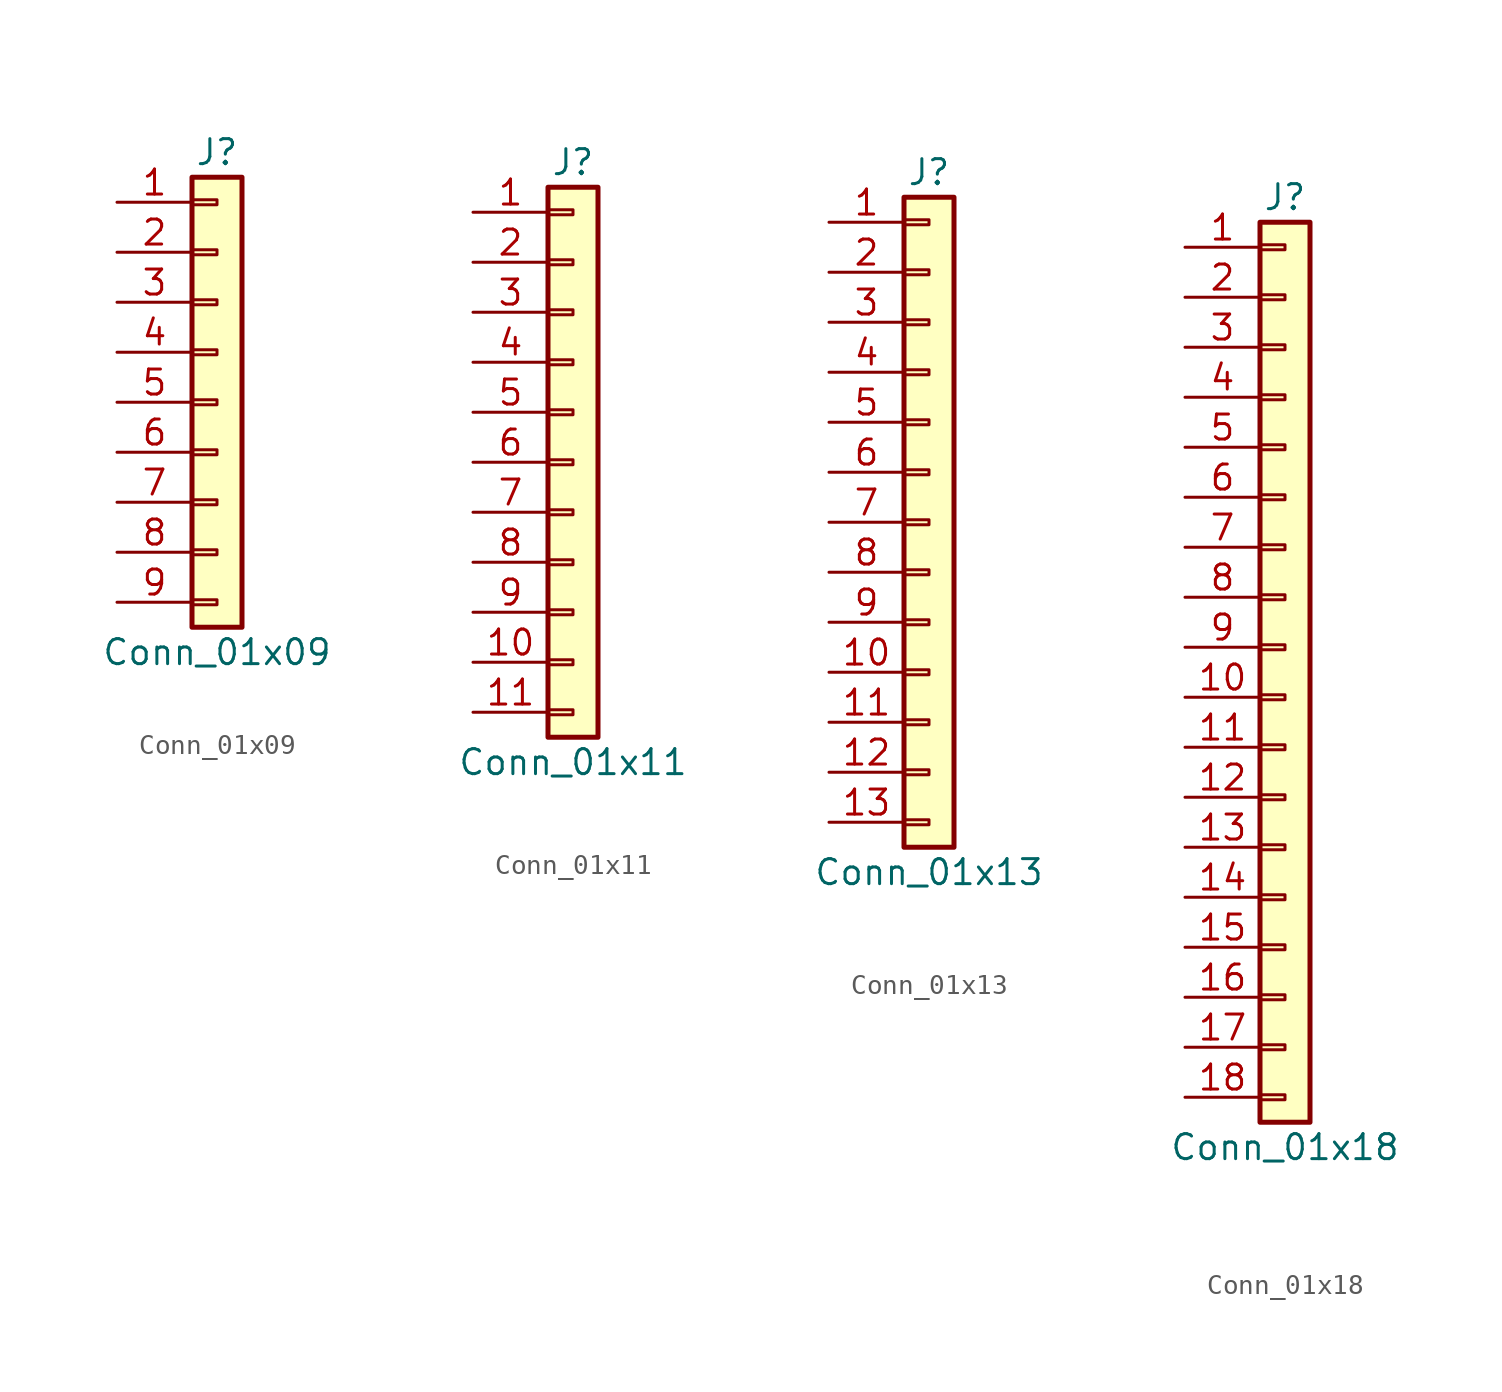
<source format=kicad_sym>
(kicad_symbol_lib
  (version 20220914)
  (generator kicad_symbol_editor)
  (symbol "Conn_01x09"
    (pin_names
      (offset 1.016) hide)
    (property "Reference" "J"
      (at 0 12.7 0)
      (effects (font (size 1.27 1.27))))
    (property "Value" "Conn_01x09"
      (at 0 -12.7 0)
      (effects (font (size 1.27 1.27))))
    (symbol "Conn_01x09_1_1"
      (rectangle (start -1.27 -10.033) (end 0 -10.287) (stroke (width 0.152) (type default)) (fill (type none)))
      (rectangle (start -1.27 -7.493) (end 0 -7.747) (stroke (width 0.152) (type default)) (fill (type none)))
      (rectangle (start -1.27 -4.953) (end 0 -5.207) (stroke (width 0.152) (type default)) (fill (type none)))
      (rectangle (start -1.27 -2.413) (end 0 -2.667) (stroke (width 0.152) (type default)) (fill (type none)))
      (rectangle (start -1.27 0.127) (end 0 -0.127) (stroke (width 0.152) (type default)) (fill (type none)))
      (rectangle (start -1.27 2.667) (end 0 2.413) (stroke (width 0.152) (type default)) (fill (type none)))
      (rectangle (start -1.27 5.207) (end 0 4.953) (stroke (width 0.152) (type default)) (fill (type none)))
      (rectangle (start -1.27 7.747) (end 0 7.493) (stroke (width 0.152) (type default)) (fill (type none)))
      (rectangle (start -1.27 10.287) (end 0 10.033) (stroke (width 0.152) (type default)) (fill (type none)))
      (rectangle (start -1.27 11.43) (end 1.27 -11.43) (stroke (width 0.254) (type default)) (fill (type background)))
      (pin passive line (at -5.08 10.16 0) (length 3.81) (name "Pin_1" (effects (font (size 1.27 1.27)))) (number "1" (effects (font (size 1.27 1.27)))))
      (pin passive line (at -5.08 7.62 0) (length 3.81) (name "Pin_2" (effects (font (size 1.27 1.27)))) (number "2" (effects (font (size 1.27 1.27)))))
      (pin passive line (at -5.08 5.08 0) (length 3.81) (name "Pin_3" (effects (font (size 1.27 1.27)))) (number "3" (effects (font (size 1.27 1.27)))))
      (pin passive line (at -5.08 2.54 0) (length 3.81) (name "Pin_4" (effects (font (size 1.27 1.27)))) (number "4" (effects (font (size 1.27 1.27)))))
      (pin passive line (at -5.08 0 0) (length 3.81) (name "Pin_5" (effects (font (size 1.27 1.27)))) (number "5" (effects (font (size 1.27 1.27)))))
      (pin passive line (at -5.08 -2.54 0) (length 3.81) (name "Pin_6" (effects (font (size 1.27 1.27)))) (number "6" (effects (font (size 1.27 1.27)))))
      (pin passive line (at -5.08 -5.08 0) (length 3.81) (name "Pin_7" (effects (font (size 1.27 1.27)))) (number "7" (effects (font (size 1.27 1.27)))))
      (pin passive line (at -5.08 -7.62 0) (length 3.81) (name "Pin_8" (effects (font (size 1.27 1.27)))) (number "8" (effects (font (size 1.27 1.27)))))
      (pin passive line (at -5.08 -10.16 0) (length 3.81) (name "Pin_9" (effects (font (size 1.27 1.27)))) (number "9" (effects (font (size 1.27 1.27)))))))
  (symbol "Conn_01x11"
    (pin_names
      (offset 1.016) hide)
    (property "Reference" "J"
      (at 0 15.24 0)
      (effects (font (size 1.27 1.27))))
    (property "Value" "Conn_01x11"
      (at 0 -15.24 0)
      (effects (font (size 1.27 1.27))))
    (symbol "Conn_01x11_1_1"
      (rectangle (start -1.27 -12.573) (end 0 -12.827) (stroke (width 0.152) (type default)) (fill (type none)))
      (rectangle (start -1.27 -10.033) (end 0 -10.287) (stroke (width 0.152) (type default)) (fill (type none)))
      (rectangle (start -1.27 -7.493) (end 0 -7.747) (stroke (width 0.152) (type default)) (fill (type none)))
      (rectangle (start -1.27 -4.953) (end 0 -5.207) (stroke (width 0.152) (type default)) (fill (type none)))
      (rectangle (start -1.27 -2.413) (end 0 -2.667) (stroke (width 0.152) (type default)) (fill (type none)))
      (rectangle (start -1.27 0.127) (end 0 -0.127) (stroke (width 0.152) (type default)) (fill (type none)))
      (rectangle (start -1.27 2.667) (end 0 2.413) (stroke (width 0.152) (type default)) (fill (type none)))
      (rectangle (start -1.27 5.207) (end 0 4.953) (stroke (width 0.152) (type default)) (fill (type none)))
      (rectangle (start -1.27 7.747) (end 0 7.493) (stroke (width 0.152) (type default)) (fill (type none)))
      (rectangle (start -1.27 10.287) (end 0 10.033) (stroke (width 0.152) (type default)) (fill (type none)))
      (rectangle (start -1.27 12.827) (end 0 12.573) (stroke (width 0.152) (type default)) (fill (type none)))
      (rectangle (start -1.27 13.97) (end 1.27 -13.97) (stroke (width 0.254) (type default)) (fill (type background)))
      (pin passive line (at -5.08 12.7 0) (length 3.81) (name "Pin_1" (effects (font (size 1.27 1.27)))) (number "1" (effects (font (size 1.27 1.27)))))
      (pin passive line (at -5.08 -10.16 0) (length 3.81) (name "Pin_10" (effects (font (size 1.27 1.27)))) (number "10" (effects (font (size 1.27 1.27)))))
      (pin passive line (at -5.08 -12.7 0) (length 3.81) (name "Pin_11" (effects (font (size 1.27 1.27)))) (number "11" (effects (font (size 1.27 1.27)))))
      (pin passive line (at -5.08 10.16 0) (length 3.81) (name "Pin_2" (effects (font (size 1.27 1.27)))) (number "2" (effects (font (size 1.27 1.27)))))
      (pin passive line (at -5.08 7.62 0) (length 3.81) (name "Pin_3" (effects (font (size 1.27 1.27)))) (number "3" (effects (font (size 1.27 1.27)))))
      (pin passive line (at -5.08 5.08 0) (length 3.81) (name "Pin_4" (effects (font (size 1.27 1.27)))) (number "4" (effects (font (size 1.27 1.27)))))
      (pin passive line (at -5.08 2.54 0) (length 3.81) (name "Pin_5" (effects (font (size 1.27 1.27)))) (number "5" (effects (font (size 1.27 1.27)))))
      (pin passive line (at -5.08 0 0) (length 3.81) (name "Pin_6" (effects (font (size 1.27 1.27)))) (number "6" (effects (font (size 1.27 1.27)))))
      (pin passive line (at -5.08 -2.54 0) (length 3.81) (name "Pin_7" (effects (font (size 1.27 1.27)))) (number "7" (effects (font (size 1.27 1.27)))))
      (pin passive line (at -5.08 -5.08 0) (length 3.81) (name "Pin_8" (effects (font (size 1.27 1.27)))) (number "8" (effects (font (size 1.27 1.27)))))
      (pin passive line (at -5.08 -7.62 0) (length 3.81) (name "Pin_9" (effects (font (size 1.27 1.27)))) (number "9" (effects (font (size 1.27 1.27)))))))
  (symbol "Conn_01x13"
    (pin_names
      (offset 1.016) hide)
    (property "Reference" "J"
      (at 0 17.78 0)
      (effects (font (size 1.27 1.27))))
    (property "Value" "Conn_01x13"
      (at 0 -17.78 0)
      (effects (font (size 1.27 1.27))))
    (symbol "Conn_01x13_1_1"
      (rectangle (start -1.27 -15.113) (end 0 -15.367) (stroke (width 0.152) (type default)) (fill (type none)))
      (rectangle (start -1.27 -12.573) (end 0 -12.827) (stroke (width 0.152) (type default)) (fill (type none)))
      (rectangle (start -1.27 -10.033) (end 0 -10.287) (stroke (width 0.152) (type default)) (fill (type none)))
      (rectangle (start -1.27 -7.493) (end 0 -7.747) (stroke (width 0.152) (type default)) (fill (type none)))
      (rectangle (start -1.27 -4.953) (end 0 -5.207) (stroke (width 0.152) (type default)) (fill (type none)))
      (rectangle (start -1.27 -2.413) (end 0 -2.667) (stroke (width 0.152) (type default)) (fill (type none)))
      (rectangle (start -1.27 0.127) (end 0 -0.127) (stroke (width 0.152) (type default)) (fill (type none)))
      (rectangle (start -1.27 2.667) (end 0 2.413) (stroke (width 0.152) (type default)) (fill (type none)))
      (rectangle (start -1.27 5.207) (end 0 4.953) (stroke (width 0.152) (type default)) (fill (type none)))
      (rectangle (start -1.27 7.747) (end 0 7.493) (stroke (width 0.152) (type default)) (fill (type none)))
      (rectangle (start -1.27 10.287) (end 0 10.033) (stroke (width 0.152) (type default)) (fill (type none)))
      (rectangle (start -1.27 12.827) (end 0 12.573) (stroke (width 0.152) (type default)) (fill (type none)))
      (rectangle (start -1.27 15.367) (end 0 15.113) (stroke (width 0.152) (type default)) (fill (type none)))
      (rectangle (start -1.27 16.51) (end 1.27 -16.51) (stroke (width 0.254) (type default)) (fill (type background)))
      (pin passive line (at -5.08 15.24 0) (length 3.81) (name "Pin_1" (effects (font (size 1.27 1.27)))) (number "1" (effects (font (size 1.27 1.27)))))
      (pin passive line (at -5.08 -7.62 0) (length 3.81) (name "Pin_10" (effects (font (size 1.27 1.27)))) (number "10" (effects (font (size 1.27 1.27)))))
      (pin passive line (at -5.08 -10.16 0) (length 3.81) (name "Pin_11" (effects (font (size 1.27 1.27)))) (number "11" (effects (font (size 1.27 1.27)))))
      (pin passive line (at -5.08 -12.7 0) (length 3.81) (name "Pin_12" (effects (font (size 1.27 1.27)))) (number "12" (effects (font (size 1.27 1.27)))))
      (pin passive line (at -5.08 -15.24 0) (length 3.81) (name "Pin_13" (effects (font (size 1.27 1.27)))) (number "13" (effects (font (size 1.27 1.27)))))
      (pin passive line (at -5.08 12.7 0) (length 3.81) (name "Pin_2" (effects (font (size 1.27 1.27)))) (number "2" (effects (font (size 1.27 1.27)))))
      (pin passive line (at -5.08 10.16 0) (length 3.81) (name "Pin_3" (effects (font (size 1.27 1.27)))) (number "3" (effects (font (size 1.27 1.27)))))
      (pin passive line (at -5.08 7.62 0) (length 3.81) (name "Pin_4" (effects (font (size 1.27 1.27)))) (number "4" (effects (font (size 1.27 1.27)))))
      (pin passive line (at -5.08 5.08 0) (length 3.81) (name "Pin_5" (effects (font (size 1.27 1.27)))) (number "5" (effects (font (size 1.27 1.27)))))
      (pin passive line (at -5.08 2.54 0) (length 3.81) (name "Pin_6" (effects (font (size 1.27 1.27)))) (number "6" (effects (font (size 1.27 1.27)))))
      (pin passive line (at -5.08 0 0) (length 3.81) (name "Pin_7" (effects (font (size 1.27 1.27)))) (number "7" (effects (font (size 1.27 1.27)))))
      (pin passive line (at -5.08 -2.54 0) (length 3.81) (name "Pin_8" (effects (font (size 1.27 1.27)))) (number "8" (effects (font (size 1.27 1.27)))))
      (pin passive line (at -5.08 -5.08 0) (length 3.81) (name "Pin_9" (effects (font (size 1.27 1.27)))) (number "9" (effects (font (size 1.27 1.27)))))))
  (symbol "Conn_01x18"
    (pin_names
      (offset 1.016) hide)
    (property "Reference" "J"
      (at 0 22.86 0)
      (effects (font (size 1.27 1.27))))
    (property "Value" "Conn_01x18"
      (at 0 -25.4 0)
      (effects (font (size 1.27 1.27))))
    (symbol "Conn_01x18_1_1"
      (rectangle (start -1.27 -22.733) (end 0 -22.987) (stroke (width 0.152) (type default)) (fill (type none)))
      (rectangle (start -1.27 -20.193) (end 0 -20.447) (stroke (width 0.152) (type default)) (fill (type none)))
      (rectangle (start -1.27 -17.653) (end 0 -17.907) (stroke (width 0.152) (type default)) (fill (type none)))
      (rectangle (start -1.27 -15.113) (end 0 -15.367) (stroke (width 0.152) (type default)) (fill (type none)))
      (rectangle (start -1.27 -12.573) (end 0 -12.827) (stroke (width 0.152) (type default)) (fill (type none)))
      (rectangle (start -1.27 -10.033) (end 0 -10.287) (stroke (width 0.152) (type default)) (fill (type none)))
      (rectangle (start -1.27 -7.493) (end 0 -7.747) (stroke (width 0.152) (type default)) (fill (type none)))
      (rectangle (start -1.27 -4.953) (end 0 -5.207) (stroke (width 0.152) (type default)) (fill (type none)))
      (rectangle (start -1.27 -2.413) (end 0 -2.667) (stroke (width 0.152) (type default)) (fill (type none)))
      (rectangle (start -1.27 0.127) (end 0 -0.127) (stroke (width 0.152) (type default)) (fill (type none)))
      (rectangle (start -1.27 2.667) (end 0 2.413) (stroke (width 0.152) (type default)) (fill (type none)))
      (rectangle (start -1.27 5.207) (end 0 4.953) (stroke (width 0.152) (type default)) (fill (type none)))
      (rectangle (start -1.27 7.747) (end 0 7.493) (stroke (width 0.152) (type default)) (fill (type none)))
      (rectangle (start -1.27 10.287) (end 0 10.033) (stroke (width 0.152) (type default)) (fill (type none)))
      (rectangle (start -1.27 12.827) (end 0 12.573) (stroke (width 0.152) (type default)) (fill (type none)))
      (rectangle (start -1.27 15.367) (end 0 15.113) (stroke (width 0.152) (type default)) (fill (type none)))
      (rectangle (start -1.27 17.907) (end 0 17.653) (stroke (width 0.152) (type default)) (fill (type none)))
      (rectangle (start -1.27 20.447) (end 0 20.193) (stroke (width 0.152) (type default)) (fill (type none)))
      (rectangle (start -1.27 21.59) (end 1.27 -24.13) (stroke (width 0.254) (type default)) (fill (type background)))
      (pin passive line (at -5.08 20.32 0) (length 3.81) (name "Pin_1" (effects (font (size 1.27 1.27)))) (number "1" (effects (font (size 1.27 1.27)))))
      (pin passive line (at -5.08 -2.54 0) (length 3.81) (name "Pin_10" (effects (font (size 1.27 1.27)))) (number "10" (effects (font (size 1.27 1.27)))))
      (pin passive line (at -5.08 -5.08 0) (length 3.81) (name "Pin_11" (effects (font (size 1.27 1.27)))) (number "11" (effects (font (size 1.27 1.27)))))
      (pin passive line (at -5.08 -7.62 0) (length 3.81) (name "Pin_12" (effects (font (size 1.27 1.27)))) (number "12" (effects (font (size 1.27 1.27)))))
      (pin passive line (at -5.08 -10.16 0) (length 3.81) (name "Pin_13" (effects (font (size 1.27 1.27)))) (number "13" (effects (font (size 1.27 1.27)))))
      (pin passive line (at -5.08 -12.7 0) (length 3.81) (name "Pin_14" (effects (font (size 1.27 1.27)))) (number "14" (effects (font (size 1.27 1.27)))))
      (pin passive line (at -5.08 -15.24 0) (length 3.81) (name "Pin_15" (effects (font (size 1.27 1.27)))) (number "15" (effects (font (size 1.27 1.27)))))
      (pin passive line (at -5.08 -17.78 0) (length 3.81) (name "Pin_16" (effects (font (size 1.27 1.27)))) (number "16" (effects (font (size 1.27 1.27)))))
      (pin passive line (at -5.08 -20.32 0) (length 3.81) (name "Pin_17" (effects (font (size 1.27 1.27)))) (number "17" (effects (font (size 1.27 1.27)))))
      (pin passive line (at -5.08 -22.86 0) (length 3.81) (name "Pin_18" (effects (font (size 1.27 1.27)))) (number "18" (effects (font (size 1.27 1.27)))))
      (pin passive line (at -5.08 17.78 0) (length 3.81) (name "Pin_2" (effects (font (size 1.27 1.27)))) (number "2" (effects (font (size 1.27 1.27)))))
      (pin passive line (at -5.08 15.24 0) (length 3.81) (name "Pin_3" (effects (font (size 1.27 1.27)))) (number "3" (effects (font (size 1.27 1.27)))))
      (pin passive line (at -5.08 12.7 0) (length 3.81) (name "Pin_4" (effects (font (size 1.27 1.27)))) (number "4" (effects (font (size 1.27 1.27)))))
      (pin passive line (at -5.08 10.16 0) (length 3.81) (name "Pin_5" (effects (font (size 1.27 1.27)))) (number "5" (effects (font (size 1.27 1.27)))))
      (pin passive line (at -5.08 7.62 0) (length 3.81) (name "Pin_6" (effects (font (size 1.27 1.27)))) (number "6" (effects (font (size 1.27 1.27)))))
      (pin passive line (at -5.08 5.08 0) (length 3.81) (name "Pin_7" (effects (font (size 1.27 1.27)))) (number "7" (effects (font (size 1.27 1.27)))))
      (pin passive line (at -5.08 2.54 0) (length 3.81) (name "Pin_8" (effects (font (size 1.27 1.27)))) (number "8" (effects (font (size 1.27 1.27)))))
      (pin passive line (at -5.08 0 0) (length 3.81) (name "Pin_9" (effects (font (size 1.27 1.27)))) (number "9" (effects (font (size 1.27 1.27))))))))
</source>
